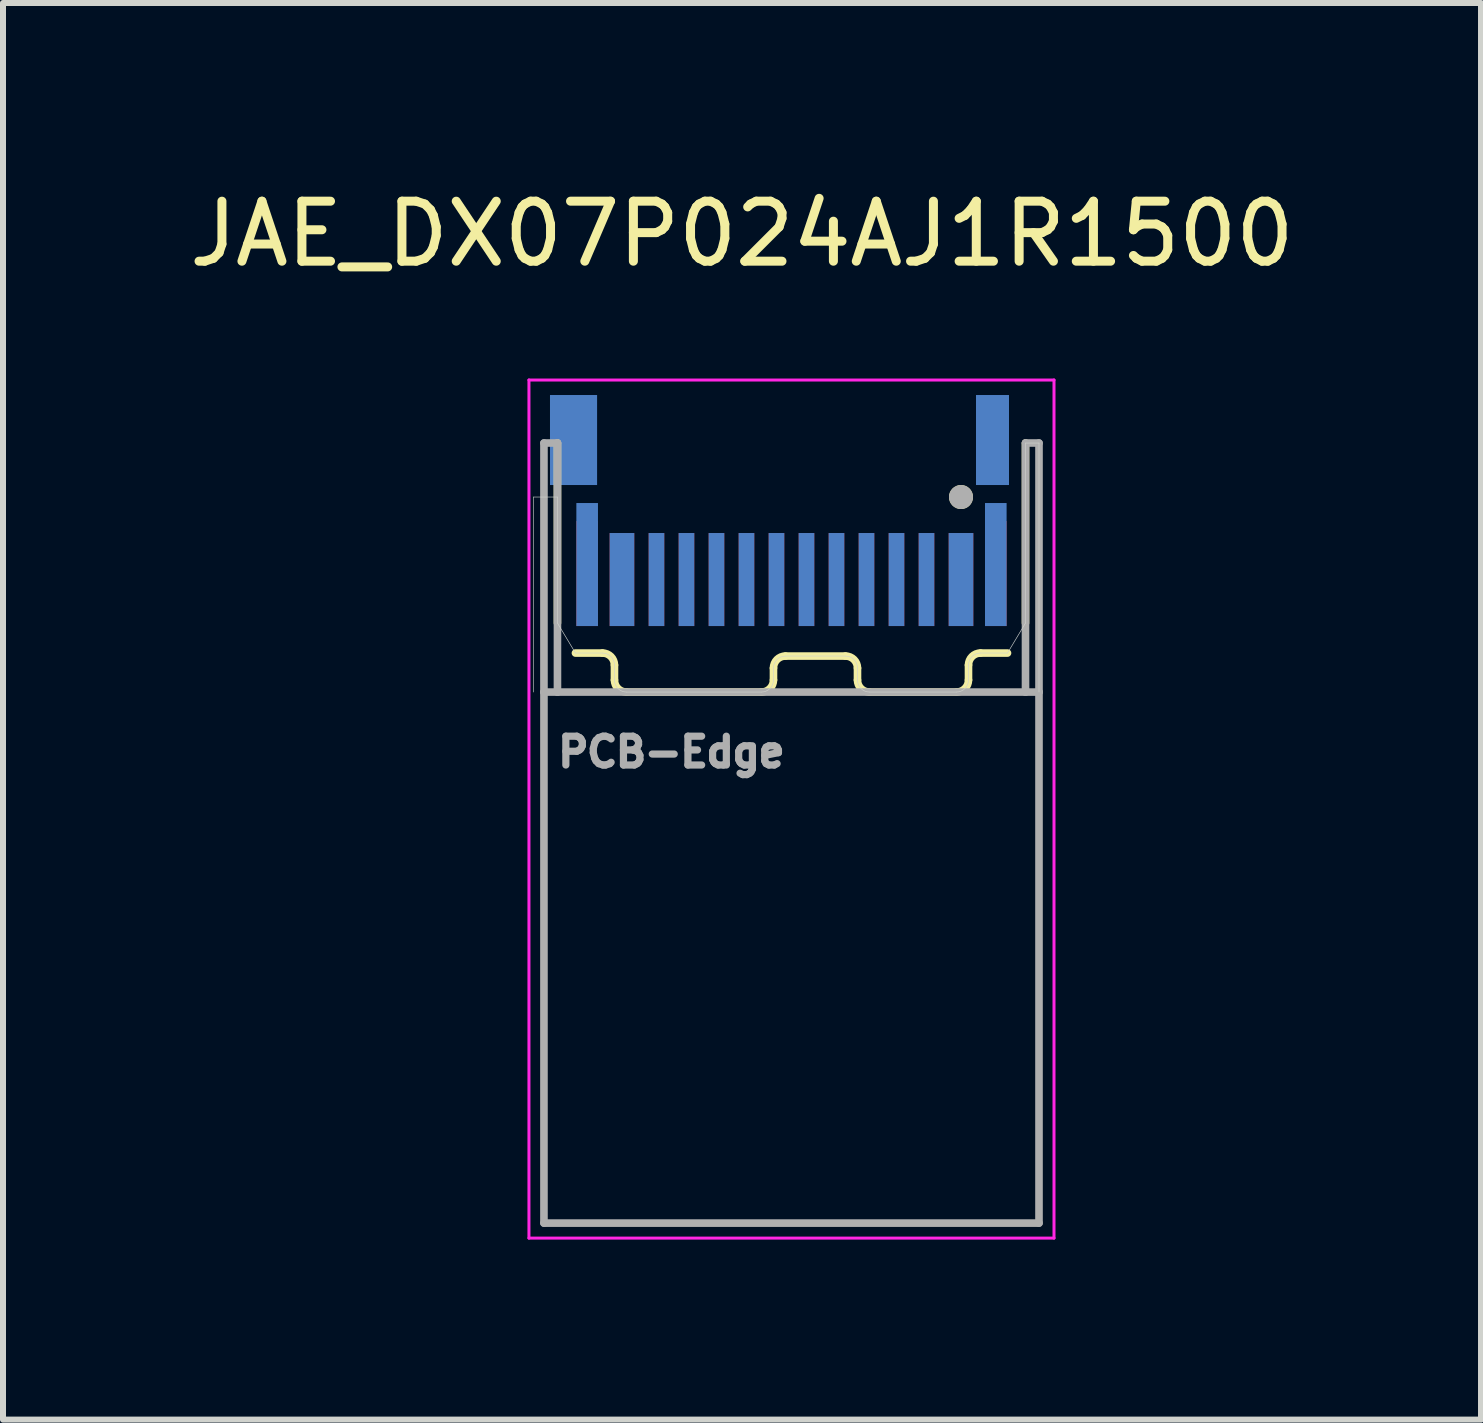
<source format=kicad_pcb>
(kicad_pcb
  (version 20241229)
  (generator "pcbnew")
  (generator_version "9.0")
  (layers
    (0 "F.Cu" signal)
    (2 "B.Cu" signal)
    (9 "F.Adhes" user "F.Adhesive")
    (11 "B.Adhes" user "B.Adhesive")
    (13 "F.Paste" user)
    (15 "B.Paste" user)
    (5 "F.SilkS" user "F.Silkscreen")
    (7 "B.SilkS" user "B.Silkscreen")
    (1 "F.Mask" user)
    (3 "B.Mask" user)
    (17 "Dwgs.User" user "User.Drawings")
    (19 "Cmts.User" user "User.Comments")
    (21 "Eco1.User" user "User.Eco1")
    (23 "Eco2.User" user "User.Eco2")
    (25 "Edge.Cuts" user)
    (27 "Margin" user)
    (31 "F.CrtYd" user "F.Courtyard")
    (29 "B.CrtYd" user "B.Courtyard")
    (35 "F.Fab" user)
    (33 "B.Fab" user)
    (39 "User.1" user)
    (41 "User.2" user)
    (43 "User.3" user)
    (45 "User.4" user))
  (footprint "JAE_DX07P024AJ1R1500"
    (layer "F.Cu")
    (at 10.14 8.483)
    (property "Reference" "JAE_DX07P024AJ1R1500" (at -0.825 -7.635 0) (layer "F.SilkS") (effects (font (size 1 1) (thickness 0.15))))
    (attr through_hole)
    (fp_line (start -3.9 -1.15) (end -3.9 -4.15) (stroke (width 0.127) (type solid)) (layer "F.SilkS"))
    (fp_line (start -3.6 -0.65) (end -3.15 -0.65) (stroke (width 0.127) (type solid)) (layer "F.SilkS"))
    (fp_line (start -2.95 -0.45) (end -2.95 -0.2) (stroke (width 0.127) (type solid)) (layer "F.SilkS"))
    (fp_line (start -2.75 0) (end -0.5 0) (stroke (width 0.127) (type solid)) (layer "F.SilkS"))
    (fp_line (start -0.3 -0.2) (end -0.3 -0.4) (stroke (width 0.127) (type solid)) (layer "F.SilkS"))
    (fp_line (start -0.1 -0.6) (end 0.9 -0.6) (stroke (width 0.127) (type solid)) (layer "F.SilkS"))
    (fp_line (start 1.1 -0.4) (end 1.1 -0.2) (stroke (width 0.127) (type solid)) (layer "F.SilkS"))
    (fp_line (start 1.3 0) (end 2.75 0) (stroke (width 0.127) (type solid)) (layer "F.SilkS"))
    (fp_line (start 2.95 -0.2) (end 2.95 -0.45) (stroke (width 0.127) (type solid)) (layer "F.SilkS"))
    (fp_line (start 3.15 -0.65) (end 3.6 -0.65) (stroke (width 0.127) (type solid)) (layer "F.SilkS"))
    (fp_line (start 3.9 -1.15) (end 3.9 -4.15) (stroke (width 0.127) (type solid)) (layer "F.SilkS"))
    (fp_arc (start -3.15 -0.65) (mid -3.008579 -0.591421) (end -2.95 -0.45) (stroke (width 0.127) (type solid)) (layer "F.SilkS"))
    (fp_arc (start -2.75 0) (mid -2.891421 -0.058579) (end -2.95 -0.2) (stroke (width 0.127) (type solid)) (layer "F.SilkS"))
    (fp_arc (start -0.3 -0.4) (mid -0.241421 -0.541421) (end -0.1 -0.6) (stroke (width 0.127) (type solid)) (layer "F.SilkS"))
    (fp_arc (start -0.3 -0.2) (mid -0.358579 -0.058579) (end -0.5 0) (stroke (width 0.127) (type solid)) (layer "F.SilkS"))
    (fp_arc (start 0.9 -0.6) (mid 1.041421 -0.541421) (end 1.1 -0.4) (stroke (width 0.127) (type solid)) (layer "F.SilkS"))
    (fp_arc (start 1.3 0) (mid 1.158579 -0.058579) (end 1.1 -0.2) (stroke (width 0.127) (type solid)) (layer "F.SilkS"))
    (fp_arc (start 2.95 -0.45) (mid 3.008579 -0.591421) (end 3.15 -0.65) (stroke (width 0.127) (type solid)) (layer "F.SilkS"))
    (fp_arc (start 2.95 -0.2) (mid 2.891421 -0.058579) (end 2.75 0) (stroke (width 0.127) (type solid)) (layer "F.SilkS"))
    (fp_circle (center 2.825 -3.25) (end 2.925 -3.25) (stroke (width 0.2) (type solid)) (fill no) (layer "F.SilkS"))
    (fp_line (start -4.3 -3.25) (end -4.3 0) (stroke (width 0.01) (type solid)) (layer "Edge.Cuts"))
    (fp_line (start -3.9 -3.25) (end -4.3 -3.25) (stroke (width 0.01) (type solid)) (layer "Edge.Cuts"))
    (fp_line (start -3.9 -1.15) (end -3.9 -3.25) (stroke (width 0.01) (type solid)) (layer "Edge.Cuts"))
    (fp_line (start -3.6 -0.65) (end -3.9 -1.15) (stroke (width 0.01) (type solid)) (layer "Edge.Cuts"))
    (fp_line (start -3.15 -0.65) (end -3.6 -0.65) (stroke (width 0.01) (type solid)) (layer "Edge.Cuts"))
    (fp_line (start -2.95 -0.2) (end -2.95 -0.45) (stroke (width 0.01) (type solid)) (layer "Edge.Cuts"))
    (fp_line (start -0.5 0) (end -2.75 0) (stroke (width 0.01) (type solid)) (layer "Edge.Cuts"))
    (fp_line (start -0.3 -0.4) (end -0.3 -0.2) (stroke (width 0.01) (type solid)) (layer "Edge.Cuts"))
    (fp_line (start 0.9 -0.6) (end -0.1 -0.6) (stroke (width 0.01) (type solid)) (layer "Edge.Cuts"))
    (fp_line (start 1.1 -0.2) (end 1.1 -0.4) (stroke (width 0.01) (type solid)) (layer "Edge.Cuts"))
    (fp_line (start 2.75 0) (end 1.3 0) (stroke (width 0.01) (type solid)) (layer "Edge.Cuts"))
    (fp_line (start 2.95 -0.45) (end 2.95 -0.2) (stroke (width 0.01) (type solid)) (layer "Edge.Cuts"))
    (fp_line (start 3.6 -0.65) (end 3.15 -0.65) (stroke (width 0.01) (type solid)) (layer "Edge.Cuts"))
    (fp_line (start 3.6 -0.65) (end 3.9 -1.15) (stroke (width 0.01) (type solid)) (layer "Edge.Cuts"))
    (fp_line (start 3.9 -4.15) (end 4.125 -4.15) (stroke (width 0.01) (type solid)) (layer "Edge.Cuts"))
    (fp_line (start 3.9 -1.15) (end 3.9 -4.15) (stroke (width 0.01) (type solid)) (layer "Edge.Cuts"))
    (fp_line (start 4.125 -4.15) (end 4.125 0) (stroke (width 0.01) (type solid)) (layer "Edge.Cuts"))
    (fp_arc (start -3.15 -0.65) (mid -3.008579 -0.591421) (end -2.95 -0.45) (stroke (width 0.01) (type solid)) (layer "Edge.Cuts"))
    (fp_arc (start -2.75 0) (mid -2.891421 -0.058579) (end -2.95 -0.2) (stroke (width 0.01) (type solid)) (layer "Edge.Cuts"))
    (fp_arc (start -0.3 -0.4) (mid -0.241421 -0.541421) (end -0.1 -0.6) (stroke (width 0.01) (type solid)) (layer "Edge.Cuts"))
    (fp_arc (start -0.3 -0.2) (mid -0.358579 -0.058579) (end -0.5 0) (stroke (width 0.01) (type solid)) (layer "Edge.Cuts"))
    (fp_arc (start 0.9 -0.6) (mid 1.041421 -0.541421) (end 1.1 -0.4) (stroke (width 0.01) (type solid)) (layer "Edge.Cuts"))
    (fp_arc (start 1.3 0) (mid 1.158579 -0.058579) (end 1.1 -0.2) (stroke (width 0.01) (type solid)) (layer "Edge.Cuts"))
    (fp_arc (start 2.95 -0.45) (mid 3.008579 -0.591421) (end 3.15 -0.65) (stroke (width 0.01) (type solid)) (layer "Edge.Cuts"))
    (fp_arc (start 2.95 -0.2) (mid 2.891421 -0.058579) (end 2.75 0) (stroke (width 0.01) (type solid)) (layer "Edge.Cuts"))
    (fp_line (start -4.375 -5.2) (end 4.375 -5.2) (stroke (width 0.05) (type solid)) (layer "F.CrtYd"))
    (fp_line (start -4.375 9.1) (end -4.375 -5.2) (stroke (width 0.05) (type solid)) (layer "F.CrtYd"))
    (fp_line (start 4.375 -5.2) (end 4.375 9.1) (stroke (width 0.05) (type solid)) (layer "F.CrtYd"))
    (fp_line (start 4.375 9.1) (end -4.375 9.1) (stroke (width 0.05) (type solid)) (layer "F.CrtYd"))
    (fp_line (start -4.125 -4.15) (end -3.9 -4.15) (stroke (width 0.127) (type solid)) (layer "F.Fab"))
    (fp_line (start -4.125 0) (end -4.125 -4.15) (stroke (width 0.127) (type solid)) (layer "F.Fab"))
    (fp_line (start -4.125 8.85) (end -4.125 0) (stroke (width 0.127) (type solid)) (layer "F.Fab"))
    (fp_line (start -3.9 0) (end -4.125 0) (stroke (width 0.127) (type solid)) (layer "F.Fab"))
    (fp_line (start -3.9 0) (end -3.9 -4.15) (stroke (width 0.127) (type solid)) (layer "F.Fab"))
    (fp_line (start 3.9 -4.15) (end 3.9 0) (stroke (width 0.127) (type solid)) (layer "F.Fab"))
    (fp_line (start 3.9 0) (end -3.9 0) (stroke (width 0.127) (type solid)) (layer "F.Fab"))
    (fp_line (start 3.9 0) (end 4.125 0) (stroke (width 0.127) (type solid)) (layer "F.Fab"))
    (fp_line (start 4.125 -4.15) (end 3.9 -4.15) (stroke (width 0.127) (type solid)) (layer "F.Fab"))
    (fp_line (start 4.125 -4.15) (end 4.125 0) (stroke (width 0.127) (type solid)) (layer "F.Fab"))
    (fp_line (start 4.125 0) (end 4.125 8.85) (stroke (width 0.127) (type solid)) (layer "F.Fab"))
    (fp_line (start 4.125 8.85) (end -4.125 8.85) (stroke (width 0.127) (type solid)) (layer "F.Fab"))
    (fp_circle (center 2.825 -3.25) (end 2.925 -3.25) (stroke (width 0.2) (type solid)) (fill no) (layer "F.Fab"))
    (fp_text user "PCB-Edge" (at -2 1 0) (layer "F.Fab") (effects (font (size 0.48 0.48) (thickness 0.15))))
    (pad "A1" smd rect (at 2.825 -1.875) (size 0.41 1.55) (layers "F.Cu" "F.Mask" "F.Paste"))
    (pad "A2" smd rect (at 2.25 -1.875) (size 0.26 1.55) (layers "F.Cu" "F.Mask" "F.Paste"))
    (pad "A3" smd rect (at 1.75 -1.875) (size 0.26 1.55) (layers "F.Cu" "F.Mask" "F.Paste"))
    (pad "A4" smd rect (at 1.25 -1.875) (size 0.26 1.55) (layers "F.Cu" "F.Mask" "F.Paste"))
    (pad "A5" smd rect (at 0.75 -1.875) (size 0.26 1.55) (layers "F.Cu" "F.Mask" "F.Paste"))
    (pad "A6" smd rect (at 0.25 -1.875) (size 0.26 1.55) (layers "F.Cu" "F.Mask" "F.Paste"))
    (pad "A7" smd rect (at -0.25 -1.875) (size 0.26 1.55) (layers "F.Cu" "F.Mask" "F.Paste"))
    (pad "A8" smd rect (at -0.75 -1.875) (size 0.26 1.55) (layers "F.Cu" "F.Mask" "F.Paste"))
    (pad "A9" smd rect (at -1.25 -1.875) (size 0.26 1.55) (layers "F.Cu" "F.Mask" "F.Paste"))
    (pad "A10" smd rect (at -1.75 -1.875) (size 0.26 1.55) (layers "F.Cu" "F.Mask" "F.Paste"))
    (pad "A11" smd rect (at -2.25 -1.875) (size 0.26 1.55) (layers "F.Cu" "F.Mask" "F.Paste"))
    (pad "A12" smd rect (at -2.825 -1.875) (size 0.41 1.55) (layers "F.Cu" "F.Mask" "F.Paste"))
    (pad "B1" smd rect (at -2.825 -1.875) (size 0.41 1.55) (layers "B.Cu" "B.Mask" "B.Paste"))
    (pad "B2" smd rect (at -2.25 -1.875) (size 0.26 1.55) (layers "B.Cu" "B.Mask" "B.Paste"))
    (pad "B3" smd rect (at -1.75 -1.875) (size 0.26 1.55) (layers "B.Cu" "B.Mask" "B.Paste"))
    (pad "B4" smd rect (at -1.25 -1.875) (size 0.26 1.55) (layers "B.Cu" "B.Mask" "B.Paste"))
    (pad "B5" smd rect (at -0.75 -1.875) (size 0.26 1.55) (layers "B.Cu" "B.Mask" "B.Paste"))
    (pad "B6" smd rect (at -0.25 -1.875) (size 0.26 1.55) (layers "B.Cu" "B.Mask" "B.Paste"))
    (pad "B7" smd rect (at 0.25 -1.875) (size 0.26 1.55) (layers "B.Cu" "B.Mask" "B.Paste"))
    (pad "B8" smd rect (at 0.75 -1.875) (size 0.26 1.55) (layers "B.Cu" "B.Mask" "B.Paste"))
    (pad "B9" smd rect (at 1.25 -1.875) (size 0.26 1.55) (layers "B.Cu" "B.Mask" "B.Paste"))
    (pad "B10" smd rect (at 1.75 -1.875) (size 0.26 1.55) (layers "B.Cu" "B.Mask" "B.Paste"))
    (pad "B11" smd rect (at 2.25 -1.875) (size 0.26 1.55) (layers "B.Cu" "B.Mask" "B.Paste"))
    (pad "B12" smd rect (at 2.825 -1.875) (size 0.41 1.55) (layers "B.Cu" "B.Mask" "B.Paste"))
    (pad "S1" smd rect (at -3.405 -1.975) (size 0.36 1.75) (layers "F.Cu" "F.Mask" "F.Paste"))
    (pad "S2" smd rect (at 3.405 -1.975) (size 0.36 1.75) (layers "F.Cu" "F.Mask" "F.Paste"))
    (pad "S3" smd rect (at -3.405 -2.125) (size 0.36 2.05) (layers "B.Cu" "B.Mask" "B.Paste"))
    (pad "S4" smd rect (at 3.405 -2.125) (size 0.36 2.05) (layers "B.Cu" "B.Mask" "B.Paste"))
    (pad "S5" smd rect (at -3.632 -4.2) (size 0.785 1.5) (layers "B.Cu" "B.Mask" "B.Paste"))
    (pad "S6" smd rect (at 3.35 -4.2) (size 0.55 1.5) (layers "B.Cu" "B.Mask" "B.Paste")))
  (gr_rect
    (start -3 -3)
    (end 21.631 20.608)
    (stroke (width 0.1) (type default))
    (fill no)
    (layer "Edge.Cuts")))
</source>
